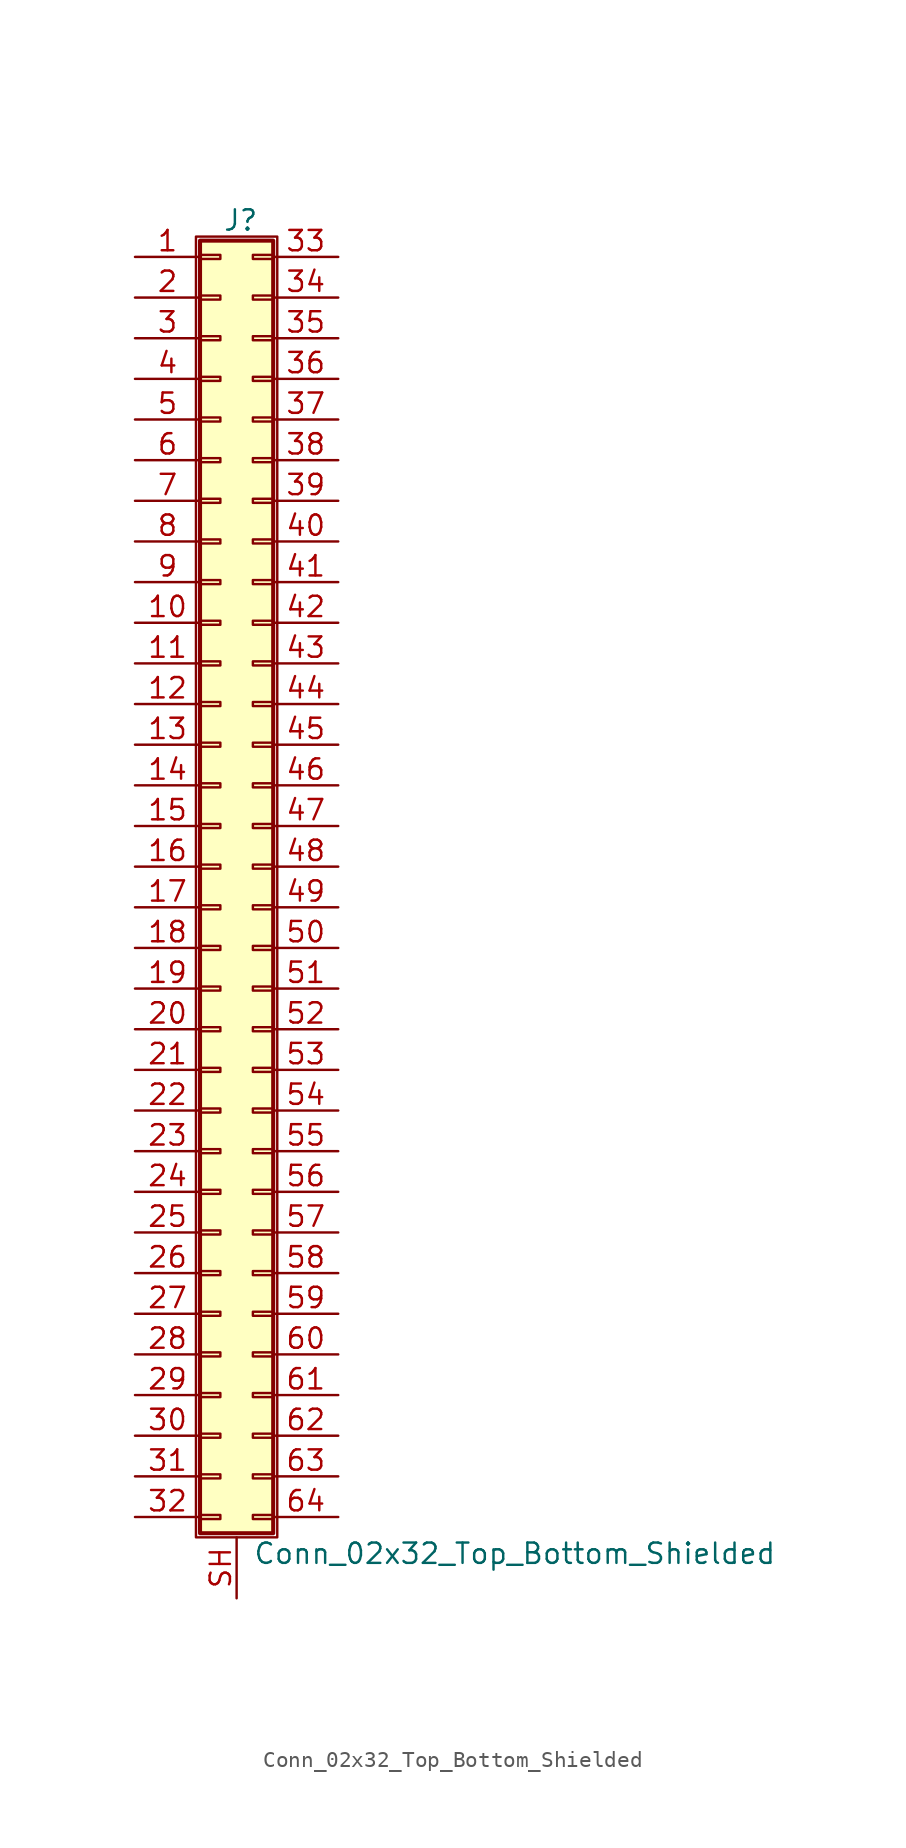
<source format=kicad_sym>
(kicad_symbol_lib
  (version 20201005)
  (generator kicad_symbol_editor)
  (symbol "Conn_02x32_Top_Bottom_Shielded"
    (pin_names
      (offset 1.016) hide)
    (property "Reference" "J"
      (at 1.524 40.386 0)
      (effects (font (size 1.27 1.27))))
    (property "Value" "Conn_02x32_Top_Bottom_Shielded"
      (at 2.286 -42.926 0)
      (effects (font (size 1.27 1.27)) (justify left)))
    (symbol "Conn_02x32_Top_Bottom_Shielded_1_1"
      (rectangle (start -1.27 39.37) (end 3.81 -41.91) (stroke (width 0.152)) (fill (type none)))
      (rectangle (start -1.016 -40.513) (end 0.254 -40.767) (stroke (width 0.152)) (fill (type none)))
      (rectangle (start -1.016 -37.973) (end 0.254 -38.227) (stroke (width 0.152)) (fill (type none)))
      (rectangle (start -1.016 -35.433) (end 0.254 -35.687) (stroke (width 0.152)) (fill (type none)))
      (rectangle (start -1.016 -32.893) (end 0.254 -33.147) (stroke (width 0.152)) (fill (type none)))
      (rectangle (start -1.016 -30.353) (end 0.254 -30.607) (stroke (width 0.152)) (fill (type none)))
      (rectangle (start -1.016 -27.813) (end 0.254 -28.067) (stroke (width 0.152)) (fill (type none)))
      (rectangle (start -1.016 -25.273) (end 0.254 -25.527) (stroke (width 0.152)) (fill (type none)))
      (rectangle (start -1.016 -22.733) (end 0.254 -22.987) (stroke (width 0.152)) (fill (type none)))
      (rectangle (start -1.016 -20.193) (end 0.254 -20.447) (stroke (width 0.152)) (fill (type none)))
      (rectangle (start -1.016 -17.653) (end 0.254 -17.907) (stroke (width 0.152)) (fill (type none)))
      (rectangle (start -1.016 -15.113) (end 0.254 -15.367) (stroke (width 0.152)) (fill (type none)))
      (rectangle (start -1.016 -12.573) (end 0.254 -12.827) (stroke (width 0.152)) (fill (type none)))
      (rectangle (start -1.016 -10.033) (end 0.254 -10.287) (stroke (width 0.152)) (fill (type none)))
      (rectangle (start -1.016 -7.493) (end 0.254 -7.747) (stroke (width 0.152)) (fill (type none)))
      (rectangle (start -1.016 -4.953) (end 0.254 -5.207) (stroke (width 0.152)) (fill (type none)))
      (rectangle (start -1.016 -2.413) (end 0.254 -2.667) (stroke (width 0.152)) (fill (type none)))
      (rectangle (start -1.016 0.127) (end 0.254 -0.127) (stroke (width 0.152)) (fill (type none)))
      (rectangle (start -1.016 2.667) (end 0.254 2.413) (stroke (width 0.152)) (fill (type none)))
      (rectangle (start -1.016 5.207) (end 0.254 4.953) (stroke (width 0.152)) (fill (type none)))
      (rectangle (start -1.016 7.747) (end 0.254 7.493) (stroke (width 0.152)) (fill (type none)))
      (rectangle (start -1.016 10.287) (end 0.254 10.033) (stroke (width 0.152)) (fill (type none)))
      (rectangle (start -1.016 12.827) (end 0.254 12.573) (stroke (width 0.152)) (fill (type none)))
      (rectangle (start -1.016 15.367) (end 0.254 15.113) (stroke (width 0.152)) (fill (type none)))
      (rectangle (start -1.016 17.907) (end 0.254 17.653) (stroke (width 0.152)) (fill (type none)))
      (rectangle (start -1.016 20.447) (end 0.254 20.193) (stroke (width 0.152)) (fill (type none)))
      (rectangle (start -1.016 22.987) (end 0.254 22.733) (stroke (width 0.152)) (fill (type none)))
      (rectangle (start -1.016 25.527) (end 0.254 25.273) (stroke (width 0.152)) (fill (type none)))
      (rectangle (start -1.016 28.067) (end 0.254 27.813) (stroke (width 0.152)) (fill (type none)))
      (rectangle (start -1.016 30.607) (end 0.254 30.353) (stroke (width 0.152)) (fill (type none)))
      (rectangle (start -1.016 33.147) (end 0.254 32.893) (stroke (width 0.152)) (fill (type none)))
      (rectangle (start -1.016 35.687) (end 0.254 35.433) (stroke (width 0.152)) (fill (type none)))
      (rectangle (start -1.016 38.227) (end 0.254 37.973) (stroke (width 0.152)) (fill (type none)))
      (rectangle (start -1.016 39.116) (end 3.556 -41.656) (stroke (width 0.254)) (fill (type background)))
      (rectangle (start 3.556 -40.513) (end 2.286 -40.767) (stroke (width 0.152)) (fill (type none)))
      (rectangle (start 3.556 -37.973) (end 2.286 -38.227) (stroke (width 0.152)) (fill (type none)))
      (rectangle (start 3.556 -35.433) (end 2.286 -35.687) (stroke (width 0.152)) (fill (type none)))
      (rectangle (start 3.556 -32.893) (end 2.286 -33.147) (stroke (width 0.152)) (fill (type none)))
      (rectangle (start 3.556 -30.353) (end 2.286 -30.607) (stroke (width 0.152)) (fill (type none)))
      (rectangle (start 3.556 -27.813) (end 2.286 -28.067) (stroke (width 0.152)) (fill (type none)))
      (rectangle (start 3.556 -25.273) (end 2.286 -25.527) (stroke (width 0.152)) (fill (type none)))
      (rectangle (start 3.556 -22.733) (end 2.286 -22.987) (stroke (width 0.152)) (fill (type none)))
      (rectangle (start 3.556 -20.193) (end 2.286 -20.447) (stroke (width 0.152)) (fill (type none)))
      (rectangle (start 3.556 -17.653) (end 2.286 -17.907) (stroke (width 0.152)) (fill (type none)))
      (rectangle (start 3.556 -15.113) (end 2.286 -15.367) (stroke (width 0.152)) (fill (type none)))
      (rectangle (start 3.556 -12.573) (end 2.286 -12.827) (stroke (width 0.152)) (fill (type none)))
      (rectangle (start 3.556 -10.033) (end 2.286 -10.287) (stroke (width 0.152)) (fill (type none)))
      (rectangle (start 3.556 -7.493) (end 2.286 -7.747) (stroke (width 0.152)) (fill (type none)))
      (rectangle (start 3.556 -4.953) (end 2.286 -5.207) (stroke (width 0.152)) (fill (type none)))
      (rectangle (start 3.556 -2.413) (end 2.286 -2.667) (stroke (width 0.152)) (fill (type none)))
      (rectangle (start 3.556 0.127) (end 2.286 -0.127) (stroke (width 0.152)) (fill (type none)))
      (rectangle (start 3.556 2.667) (end 2.286 2.413) (stroke (width 0.152)) (fill (type none)))
      (rectangle (start 3.556 5.207) (end 2.286 4.953) (stroke (width 0.152)) (fill (type none)))
      (rectangle (start 3.556 7.747) (end 2.286 7.493) (stroke (width 0.152)) (fill (type none)))
      (rectangle (start 3.556 10.287) (end 2.286 10.033) (stroke (width 0.152)) (fill (type none)))
      (rectangle (start 3.556 12.827) (end 2.286 12.573) (stroke (width 0.152)) (fill (type none)))
      (rectangle (start 3.556 15.367) (end 2.286 15.113) (stroke (width 0.152)) (fill (type none)))
      (rectangle (start 3.556 17.907) (end 2.286 17.653) (stroke (width 0.152)) (fill (type none)))
      (rectangle (start 3.556 20.447) (end 2.286 20.193) (stroke (width 0.152)) (fill (type none)))
      (rectangle (start 3.556 22.987) (end 2.286 22.733) (stroke (width 0.152)) (fill (type none)))
      (rectangle (start 3.556 25.527) (end 2.286 25.273) (stroke (width 0.152)) (fill (type none)))
      (rectangle (start 3.556 28.067) (end 2.286 27.813) (stroke (width 0.152)) (fill (type none)))
      (rectangle (start 3.556 30.607) (end 2.286 30.353) (stroke (width 0.152)) (fill (type none)))
      (rectangle (start 3.556 33.147) (end 2.286 32.893) (stroke (width 0.152)) (fill (type none)))
      (rectangle (start 3.556 35.687) (end 2.286 35.433) (stroke (width 0.152)) (fill (type none)))
      (rectangle (start 3.556 38.227) (end 2.286 37.973) (stroke (width 0.152)) (fill (type none)))
      (pin passive line (at -5.08 38.1 0) (length 4.064) (name "Pin_1" (effects (font (size 1.27 1.27)))) (number "1" (effects (font (size 1.27 1.27)))))
      (pin passive line (at -5.08 15.24 0) (length 4.064) (name "Pin_10" (effects (font (size 1.27 1.27)))) (number "10" (effects (font (size 1.27 1.27)))))
      (pin passive line (at -5.08 12.7 0) (length 4.064) (name "Pin_11" (effects (font (size 1.27 1.27)))) (number "11" (effects (font (size 1.27 1.27)))))
      (pin passive line (at -5.08 10.16 0) (length 4.064) (name "Pin_12" (effects (font (size 1.27 1.27)))) (number "12" (effects (font (size 1.27 1.27)))))
      (pin passive line (at -5.08 7.62 0) (length 4.064) (name "Pin_13" (effects (font (size 1.27 1.27)))) (number "13" (effects (font (size 1.27 1.27)))))
      (pin passive line (at -5.08 5.08 0) (length 4.064) (name "Pin_14" (effects (font (size 1.27 1.27)))) (number "14" (effects (font (size 1.27 1.27)))))
      (pin passive line (at -5.08 2.54 0) (length 4.064) (name "Pin_15" (effects (font (size 1.27 1.27)))) (number "15" (effects (font (size 1.27 1.27)))))
      (pin passive line (at -5.08 0 0) (length 4.064) (name "Pin_16" (effects (font (size 1.27 1.27)))) (number "16" (effects (font (size 1.27 1.27)))))
      (pin passive line (at -5.08 -2.54 0) (length 4.064) (name "Pin_17" (effects (font (size 1.27 1.27)))) (number "17" (effects (font (size 1.27 1.27)))))
      (pin passive line (at -5.08 -5.08 0) (length 4.064) (name "Pin_18" (effects (font (size 1.27 1.27)))) (number "18" (effects (font (size 1.27 1.27)))))
      (pin passive line (at -5.08 -7.62 0) (length 4.064) (name "Pin_19" (effects (font (size 1.27 1.27)))) (number "19" (effects (font (size 1.27 1.27)))))
      (pin passive line (at -5.08 35.56 0) (length 4.064) (name "Pin_2" (effects (font (size 1.27 1.27)))) (number "2" (effects (font (size 1.27 1.27)))))
      (pin passive line (at -5.08 -10.16 0) (length 4.064) (name "Pin_20" (effects (font (size 1.27 1.27)))) (number "20" (effects (font (size 1.27 1.27)))))
      (pin passive line (at -5.08 -12.7 0) (length 4.064) (name "Pin_21" (effects (font (size 1.27 1.27)))) (number "21" (effects (font (size 1.27 1.27)))))
      (pin passive line (at -5.08 -15.24 0) (length 4.064) (name "Pin_22" (effects (font (size 1.27 1.27)))) (number "22" (effects (font (size 1.27 1.27)))))
      (pin passive line (at -5.08 -17.78 0) (length 4.064) (name "Pin_23" (effects (font (size 1.27 1.27)))) (number "23" (effects (font (size 1.27 1.27)))))
      (pin passive line (at -5.08 -20.32 0) (length 4.064) (name "Pin_24" (effects (font (size 1.27 1.27)))) (number "24" (effects (font (size 1.27 1.27)))))
      (pin passive line (at -5.08 -22.86 0) (length 4.064) (name "Pin_25" (effects (font (size 1.27 1.27)))) (number "25" (effects (font (size 1.27 1.27)))))
      (pin passive line (at -5.08 -25.4 0) (length 4.064) (name "Pin_26" (effects (font (size 1.27 1.27)))) (number "26" (effects (font (size 1.27 1.27)))))
      (pin passive line (at -5.08 -27.94 0) (length 4.064) (name "Pin_27" (effects (font (size 1.27 1.27)))) (number "27" (effects (font (size 1.27 1.27)))))
      (pin passive line (at -5.08 -30.48 0) (length 4.064) (name "Pin_28" (effects (font (size 1.27 1.27)))) (number "28" (effects (font (size 1.27 1.27)))))
      (pin passive line (at -5.08 -33.02 0) (length 4.064) (name "Pin_29" (effects (font (size 1.27 1.27)))) (number "29" (effects (font (size 1.27 1.27)))))
      (pin passive line (at -5.08 33.02 0) (length 4.064) (name "Pin_3" (effects (font (size 1.27 1.27)))) (number "3" (effects (font (size 1.27 1.27)))))
      (pin passive line (at -5.08 -35.56 0) (length 4.064) (name "Pin_30" (effects (font (size 1.27 1.27)))) (number "30" (effects (font (size 1.27 1.27)))))
      (pin passive line (at -5.08 -38.1 0) (length 4.064) (name "Pin_31" (effects (font (size 1.27 1.27)))) (number "31" (effects (font (size 1.27 1.27)))))
      (pin passive line (at -5.08 -40.64 0) (length 4.064) (name "Pin_32" (effects (font (size 1.27 1.27)))) (number "32" (effects (font (size 1.27 1.27)))))
      (pin passive line (at 7.62 38.1 180) (length 4.064) (name "Pin_33" (effects (font (size 1.27 1.27)))) (number "33" (effects (font (size 1.27 1.27)))))
      (pin passive line (at 7.62 35.56 180) (length 4.064) (name "Pin_34" (effects (font (size 1.27 1.27)))) (number "34" (effects (font (size 1.27 1.27)))))
      (pin passive line (at 7.62 33.02 180) (length 4.064) (name "Pin_35" (effects (font (size 1.27 1.27)))) (number "35" (effects (font (size 1.27 1.27)))))
      (pin passive line (at 7.62 30.48 180) (length 4.064) (name "Pin_36" (effects (font (size 1.27 1.27)))) (number "36" (effects (font (size 1.27 1.27)))))
      (pin passive line (at 7.62 27.94 180) (length 4.064) (name "Pin_37" (effects (font (size 1.27 1.27)))) (number "37" (effects (font (size 1.27 1.27)))))
      (pin passive line (at 7.62 25.4 180) (length 4.064) (name "Pin_38" (effects (font (size 1.27 1.27)))) (number "38" (effects (font (size 1.27 1.27)))))
      (pin passive line (at 7.62 22.86 180) (length 4.064) (name "Pin_39" (effects (font (size 1.27 1.27)))) (number "39" (effects (font (size 1.27 1.27)))))
      (pin passive line (at -5.08 30.48 0) (length 4.064) (name "Pin_4" (effects (font (size 1.27 1.27)))) (number "4" (effects (font (size 1.27 1.27)))))
      (pin passive line (at 7.62 20.32 180) (length 4.064) (name "Pin_40" (effects (font (size 1.27 1.27)))) (number "40" (effects (font (size 1.27 1.27)))))
      (pin passive line (at 7.62 17.78 180) (length 4.064) (name "Pin_41" (effects (font (size 1.27 1.27)))) (number "41" (effects (font (size 1.27 1.27)))))
      (pin passive line (at 7.62 15.24 180) (length 4.064) (name "Pin_42" (effects (font (size 1.27 1.27)))) (number "42" (effects (font (size 1.27 1.27)))))
      (pin passive line (at 7.62 12.7 180) (length 4.064) (name "Pin_43" (effects (font (size 1.27 1.27)))) (number "43" (effects (font (size 1.27 1.27)))))
      (pin passive line (at 7.62 10.16 180) (length 4.064) (name "Pin_44" (effects (font (size 1.27 1.27)))) (number "44" (effects (font (size 1.27 1.27)))))
      (pin passive line (at 7.62 7.62 180) (length 4.064) (name "Pin_45" (effects (font (size 1.27 1.27)))) (number "45" (effects (font (size 1.27 1.27)))))
      (pin passive line (at 7.62 5.08 180) (length 4.064) (name "Pin_46" (effects (font (size 1.27 1.27)))) (number "46" (effects (font (size 1.27 1.27)))))
      (pin passive line (at 7.62 2.54 180) (length 4.064) (name "Pin_47" (effects (font (size 1.27 1.27)))) (number "47" (effects (font (size 1.27 1.27)))))
      (pin passive line (at 7.62 0 180) (length 4.064) (name "Pin_48" (effects (font (size 1.27 1.27)))) (number "48" (effects (font (size 1.27 1.27)))))
      (pin passive line (at 7.62 -2.54 180) (length 4.064) (name "Pin_49" (effects (font (size 1.27 1.27)))) (number "49" (effects (font (size 1.27 1.27)))))
      (pin passive line (at -5.08 27.94 0) (length 4.064) (name "Pin_5" (effects (font (size 1.27 1.27)))) (number "5" (effects (font (size 1.27 1.27)))))
      (pin passive line (at 7.62 -5.08 180) (length 4.064) (name "Pin_50" (effects (font (size 1.27 1.27)))) (number "50" (effects (font (size 1.27 1.27)))))
      (pin passive line (at 7.62 -7.62 180) (length 4.064) (name "Pin_51" (effects (font (size 1.27 1.27)))) (number "51" (effects (font (size 1.27 1.27)))))
      (pin passive line (at 7.62 -10.16 180) (length 4.064) (name "Pin_52" (effects (font (size 1.27 1.27)))) (number "52" (effects (font (size 1.27 1.27)))))
      (pin passive line (at 7.62 -12.7 180) (length 4.064) (name "Pin_53" (effects (font (size 1.27 1.27)))) (number "53" (effects (font (size 1.27 1.27)))))
      (pin passive line (at 7.62 -15.24 180) (length 4.064) (name "Pin_54" (effects (font (size 1.27 1.27)))) (number "54" (effects (font (size 1.27 1.27)))))
      (pin passive line (at 7.62 -17.78 180) (length 4.064) (name "Pin_55" (effects (font (size 1.27 1.27)))) (number "55" (effects (font (size 1.27 1.27)))))
      (pin passive line (at 7.62 -20.32 180) (length 4.064) (name "Pin_56" (effects (font (size 1.27 1.27)))) (number "56" (effects (font (size 1.27 1.27)))))
      (pin passive line (at 7.62 -22.86 180) (length 4.064) (name "Pin_57" (effects (font (size 1.27 1.27)))) (number "57" (effects (font (size 1.27 1.27)))))
      (pin passive line (at 7.62 -25.4 180) (length 4.064) (name "Pin_58" (effects (font (size 1.27 1.27)))) (number "58" (effects (font (size 1.27 1.27)))))
      (pin passive line (at 7.62 -27.94 180) (length 4.064) (name "Pin_59" (effects (font (size 1.27 1.27)))) (number "59" (effects (font (size 1.27 1.27)))))
      (pin passive line (at -5.08 25.4 0) (length 4.064) (name "Pin_6" (effects (font (size 1.27 1.27)))) (number "6" (effects (font (size 1.27 1.27)))))
      (pin passive line (at 7.62 -30.48 180) (length 4.064) (name "Pin_60" (effects (font (size 1.27 1.27)))) (number "60" (effects (font (size 1.27 1.27)))))
      (pin passive line (at 7.62 -33.02 180) (length 4.064) (name "Pin_61" (effects (font (size 1.27 1.27)))) (number "61" (effects (font (size 1.27 1.27)))))
      (pin passive line (at 7.62 -35.56 180) (length 4.064) (name "Pin_62" (effects (font (size 1.27 1.27)))) (number "62" (effects (font (size 1.27 1.27)))))
      (pin passive line (at 7.62 -38.1 180) (length 4.064) (name "Pin_63" (effects (font (size 1.27 1.27)))) (number "63" (effects (font (size 1.27 1.27)))))
      (pin passive line (at 7.62 -40.64 180) (length 4.064) (name "Pin_64" (effects (font (size 1.27 1.27)))) (number "64" (effects (font (size 1.27 1.27)))))
      (pin passive line (at -5.08 22.86 0) (length 4.064) (name "Pin_7" (effects (font (size 1.27 1.27)))) (number "7" (effects (font (size 1.27 1.27)))))
      (pin passive line (at -5.08 20.32 0) (length 4.064) (name "Pin_8" (effects (font (size 1.27 1.27)))) (number "8" (effects (font (size 1.27 1.27)))))
      (pin passive line (at -5.08 17.78 0) (length 4.064) (name "Pin_9" (effects (font (size 1.27 1.27)))) (number "9" (effects (font (size 1.27 1.27)))))
      (pin passive line (at 1.27 -45.72 90) (length 3.81) (name "Shield" (effects (font (size 1.27 1.27)))) (number "SH" (effects (font (size 1.27 1.27))))))))
</source>
